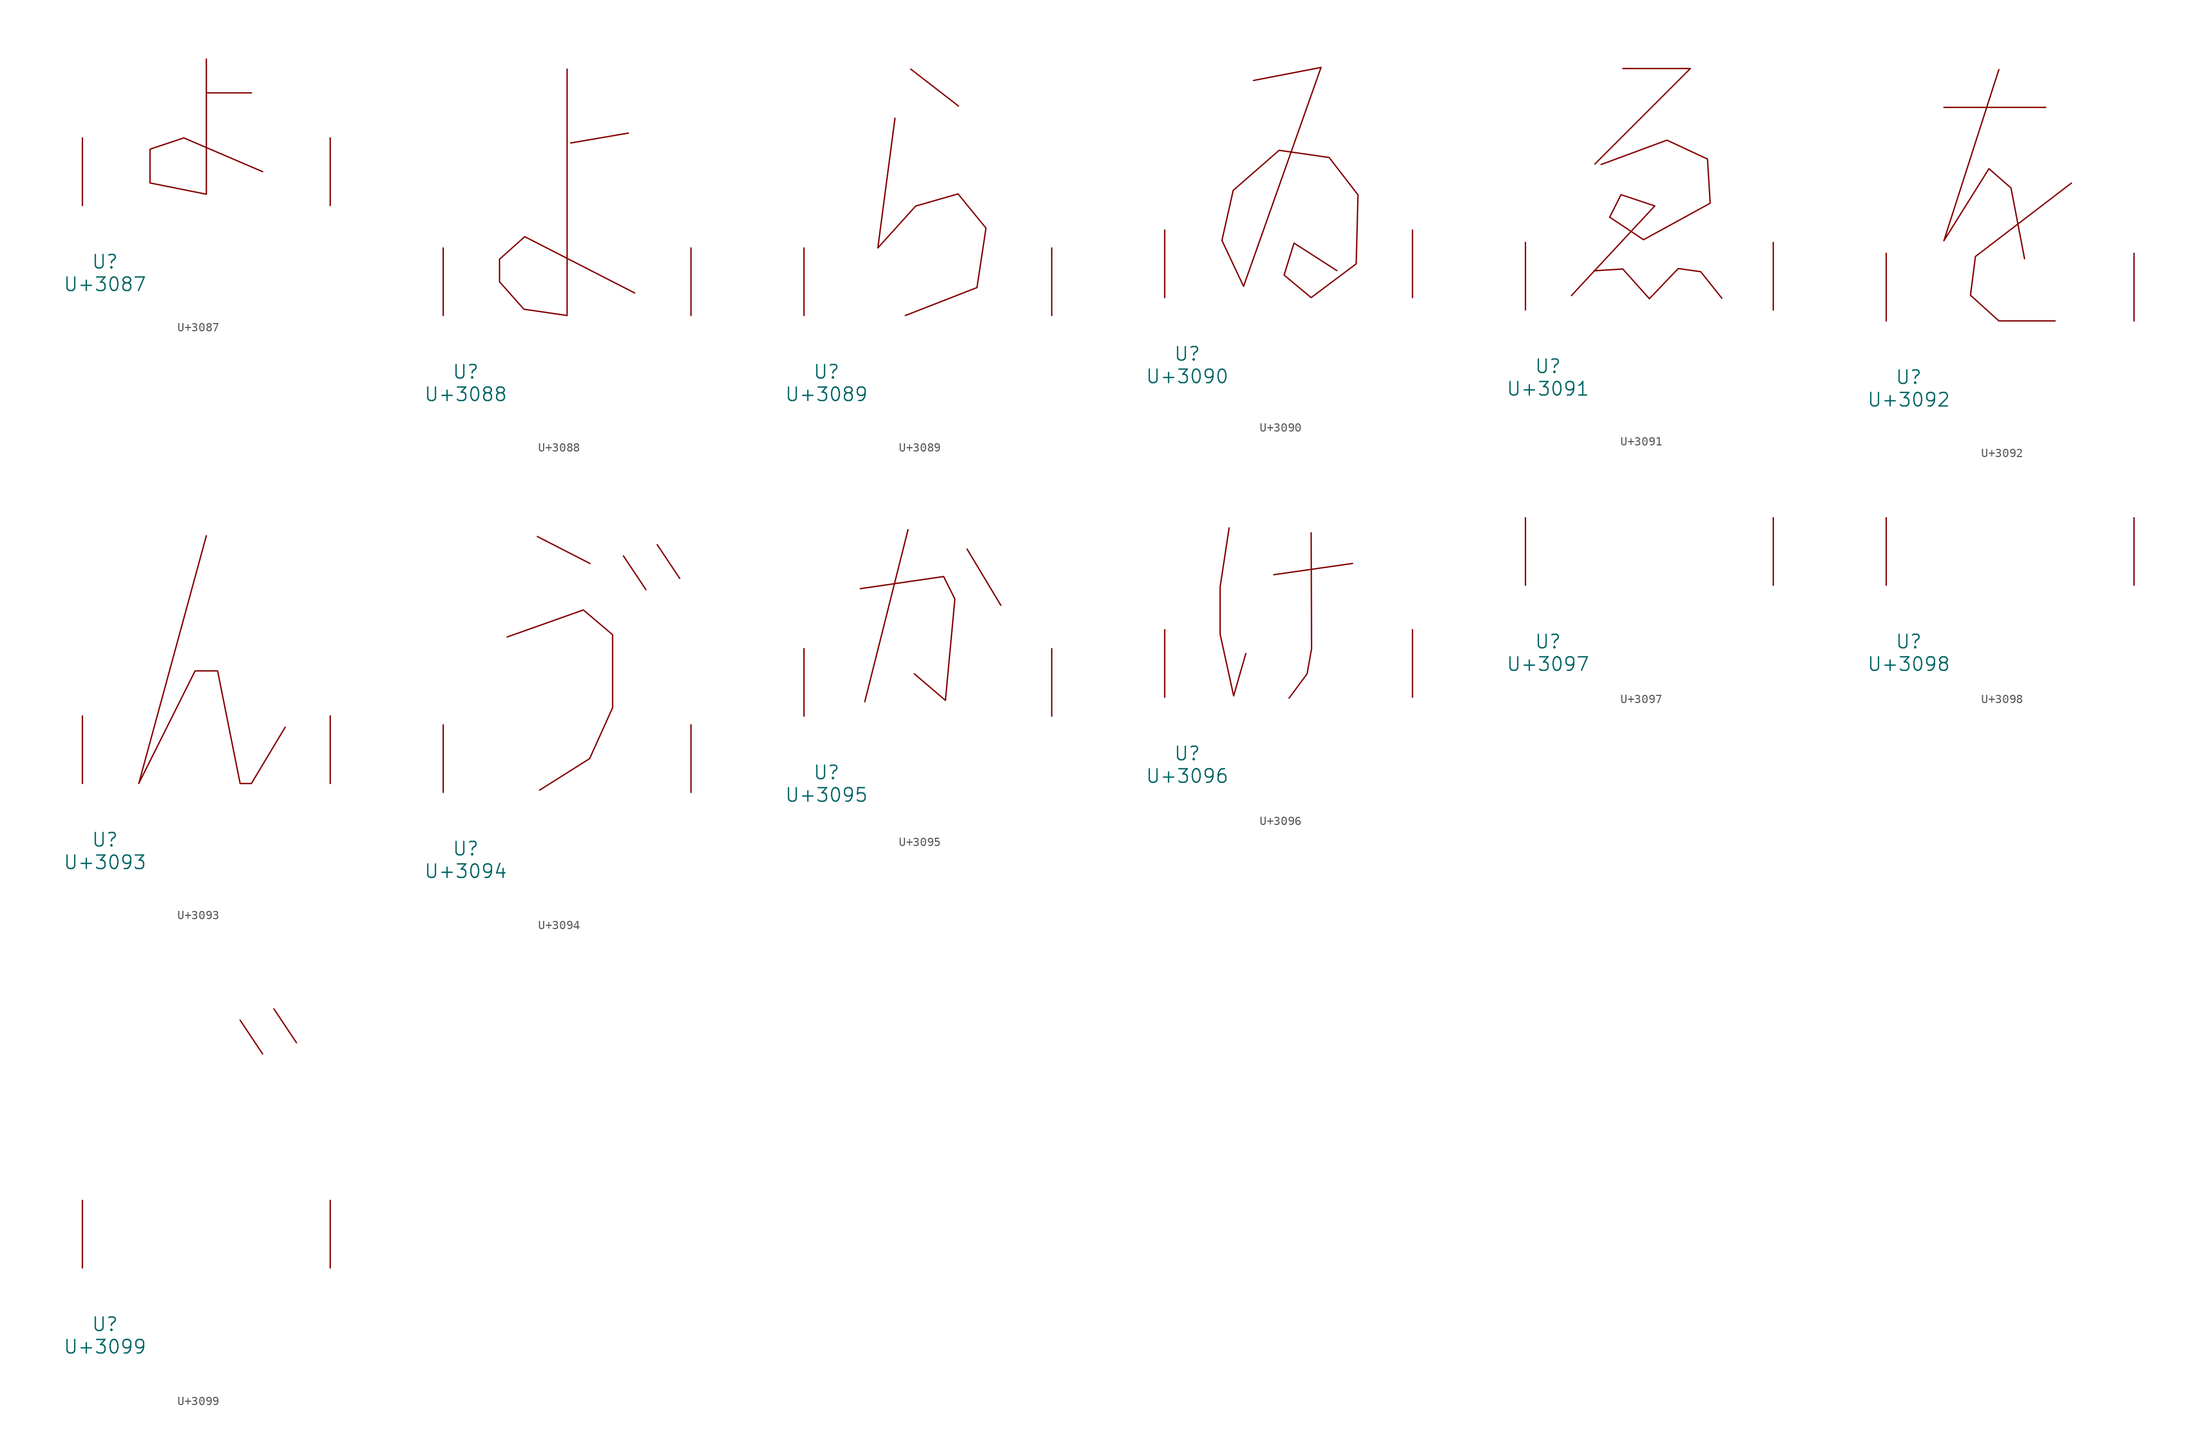
<source format=kicad_sym>
(kicad_symbol_lib
  (version 20231120)
  (generator "kicad_symbol_editor")
  (generator_version "8.0")
  (symbol "U+3087"
    (pin_names
      (offset 1.016))
    (property "Reference" "U"
      (at 0 -6.35 0)
      (effects (font (size 1.524 1.524))))
    (property "Value" "U+3087"
      (at 0 -8.89 0)
      (effects (font (size 1.524 1.524))))
    (symbol "U+3087_0_1"
      (polyline (pts (xy 11.43 12.7) (xy 16.51 12.7)) (stroke (width 0) (type solid)) (fill (type none)))
      (polyline (pts (xy 11.43 16.51) (xy 11.43 1.27) (xy 5.08 2.54) (xy 5.08 6.35) (xy 8.89 7.62) (xy 17.78 3.81)) (stroke (width 0) (type solid)) (fill (type none)))
      (pin input line (at -2.54 0 90) (length 7.62) (name "~" (effects (font (size 1.27 1.27)))) (number "~" (effects (font (size 1.27 1.27)))))
      (pin input line (at 25.4 0 90) (length 7.62) (name "~" (effects (font (size 1.27 1.27)))) (number "~" (effects (font (size 1.27 1.27)))))))
  (symbol "U+3088"
    (pin_names
      (offset 1.016))
    (property "Reference" "U"
      (at 0 -6.35 0)
      (effects (font (size 1.524 1.524))))
    (property "Value" "U+3088"
      (at 0 -8.89 0)
      (effects (font (size 1.524 1.524))))
    (symbol "U+3088_0_1"
      (polyline (pts (xy 11.836 19.456) (xy 18.339 20.574)) (stroke (width 0) (type solid)) (fill (type none)))
      (polyline (pts (xy 11.43 27.788) (xy 11.43 0) (xy 6.553 0.711) (xy 3.81 3.81) (xy 3.81 6.35) (xy 6.655 8.89) (xy 19.05 2.54)) (stroke (width 0) (type solid)) (fill (type none)))
      (pin input line (at -2.54 0 90) (length 7.62) (name "~" (effects (font (size 1.27 1.27)))) (number "~" (effects (font (size 1.27 1.27)))))
      (pin input line (at 25.4 0 90) (length 7.62) (name "~" (effects (font (size 1.27 1.27)))) (number "~" (effects (font (size 1.27 1.27)))))))
  (symbol "U+3089"
    (pin_names
      (offset 1.016))
    (property "Reference" "U"
      (at 0 -6.35 0)
      (effects (font (size 1.524 1.524))))
    (property "Value" "U+3089"
      (at 0 -8.89 0)
      (effects (font (size 1.524 1.524))))
    (symbol "U+3089_0_1"
      (polyline (pts (xy 9.5 27.788) (xy 14.884 23.622)) (stroke (width 0) (type solid)) (fill (type none)))
      (polyline (pts (xy 7.722 22.25) (xy 5.791 7.62) (xy 10.058 12.344) (xy 14.834 13.716) (xy 17.983 9.855) (xy 16.967 3.15) (xy 8.89 0)) (stroke (width 0) (type solid)) (fill (type none)))
      (pin input line (at -2.54 0 90) (length 7.62) (name "~" (effects (font (size 1.27 1.27)))) (number "~" (effects (font (size 1.27 1.27)))))
      (pin input line (at 25.4 0 90) (length 7.62) (name "~" (effects (font (size 1.27 1.27)))) (number "~" (effects (font (size 1.27 1.27)))))))
  (symbol "U+3090"
    (pin_names
      (offset 1.016))
    (property "Reference" "U"
      (at 0 -6.35 0)
      (effects (font (size 1.524 1.524))))
    (property "Value" "U+3090"
      (at 0 -8.89 0)
      (effects (font (size 1.524 1.524))))
    (symbol "U+3090_0_1"
      (polyline (pts (xy 7.468 24.486) (xy 15.088 25.959) (xy 6.35 1.27) (xy 3.912 6.452) (xy 5.182 12.09) (xy 10.363 16.612) (xy 16.002 15.799) (xy 19.253 11.582) (xy 19.05 3.81) (xy 13.97 0) (xy 10.922 2.54) (xy 12.04 6.147) (xy 16.866 3.048)) (stroke (width 0) (type solid)) (fill (type none)))
      (pin input line (at -2.54 0 90) (length 7.62) (name "~" (effects (font (size 1.27 1.27)))) (number "~" (effects (font (size 1.27 1.27)))))
      (pin input line (at 25.4 0 90) (length 7.62) (name "~" (effects (font (size 1.27 1.27)))) (number "~" (effects (font (size 1.27 1.27)))))))
  (symbol "U+3091"
    (pin_names
      (offset 1.016))
    (property "Reference" "U"
      (at 0 -6.35 0)
      (effects (font (size 1.524 1.524))))
    (property "Value" "U+3091"
      (at 0 -8.89 0)
      (effects (font (size 1.524 1.524))))
    (symbol "U+3091_0_1"
      (polyline (pts (xy 5.182 4.42) (xy 8.433 4.623) (xy 11.43 1.27)) (stroke (width 0) (type solid)) (fill (type none)))
      (polyline (pts (xy 8.433 27.229) (xy 16.053 27.229) (xy 5.283 16.459)) (stroke (width 0) (type solid)) (fill (type none)))
      (polyline (pts (xy 11.43 1.27) (xy 14.681 4.674) (xy 17.221 4.318) (xy 19.609 1.321)) (stroke (width 0) (type solid)) (fill (type none)))
      (polyline (pts (xy 5.994 16.408) (xy 13.411 19.152) (xy 17.983 17.018) (xy 18.288 12.04) (xy 10.77 7.925) (xy 6.96 10.465) (xy 8.23 13.005) (xy 12.04 11.735) (xy 2.642 1.626)) (stroke (width 0) (type solid)) (fill (type none)))
      (pin input line (at -2.54 0 90) (length 7.62) (name "~" (effects (font (size 1.27 1.27)))) (number "~" (effects (font (size 1.27 1.27)))))
      (pin input line (at 25.4 0 90) (length 7.62) (name "~" (effects (font (size 1.27 1.27)))) (number "~" (effects (font (size 1.27 1.27)))))))
  (symbol "U+3092"
    (pin_names
      (offset 1.016))
    (property "Reference" "U"
      (at 0 -6.35 0)
      (effects (font (size 1.524 1.524))))
    (property "Value" "U+3092"
      (at 0 -8.89 0)
      (effects (font (size 1.524 1.524))))
    (symbol "U+3092_0_1"
      (polyline (pts (xy 3.962 24.079) (xy 15.443 24.079)) (stroke (width 0) (type solid)) (fill (type none)))
      (polyline (pts (xy 10.16 28.346) (xy 3.962 9.042) (xy 9.042 17.17) (xy 11.532 14.986) (xy 13.056 7.01)) (stroke (width 0) (type solid)) (fill (type none)))
      (polyline (pts (xy 18.339 15.545) (xy 7.518 7.264) (xy 6.96 2.896) (xy 10.16 0) (xy 16.51 0)) (stroke (width 0) (type solid)) (fill (type none)))
      (pin input line (at -2.54 0 90) (length 7.62) (name "~" (effects (font (size 1.27 1.27)))) (number "~" (effects (font (size 1.27 1.27)))))
      (pin input line (at 25.4 0 90) (length 7.62) (name "~" (effects (font (size 1.27 1.27)))) (number "~" (effects (font (size 1.27 1.27)))))))
  (symbol "U+3093"
    (pin_names
      (offset 1.016))
    (property "Reference" "U"
      (at 0 -6.35 0)
      (effects (font (size 1.524 1.524))))
    (property "Value" "U+3093"
      (at 0 -8.89 0)
      (effects (font (size 1.524 1.524))))
    (symbol "U+3093_0_1"
      (polyline (pts (xy 11.43 27.94) (xy 3.81 0) (xy 10.16 12.7) (xy 12.7 12.7) (xy 15.24 0) (xy 16.51 0) (xy 20.32 6.35)) (stroke (width 0) (type solid)) (fill (type none)))
      (pin input line (at -2.54 0 90) (length 7.62) (name "~" (effects (font (size 1.27 1.27)))) (number "~" (effects (font (size 1.27 1.27)))))
      (pin input line (at 25.4 0 90) (length 7.62) (name "~" (effects (font (size 1.27 1.27)))) (number "~" (effects (font (size 1.27 1.27)))))))
  (symbol "U+3094"
    (pin_names
      (offset 1.016))
    (property "Reference" "U"
      (at 0 -6.35 0)
      (effects (font (size 1.524 1.524))))
    (property "Value" "U+3094"
      (at 0 -8.89 0)
      (effects (font (size 1.524 1.524))))
    (symbol "U+3094_0_1"
      (polyline (pts (xy 8.077 28.854) (xy 14.021 25.806)) (stroke (width 0) (type solid)) (fill (type none)))
      (polyline (pts (xy 17.78 26.67) (xy 20.32 22.86)) (stroke (width 0) (type solid)) (fill (type none)))
      (polyline (pts (xy 21.59 27.94) (xy 24.13 24.13)) (stroke (width 0) (type solid)) (fill (type none)))
      (polyline (pts (xy 4.674 17.526) (xy 13.259 20.574) (xy 16.561 17.78) (xy 16.561 9.55) (xy 13.97 3.81) (xy 8.331 0.254)) (stroke (width 0) (type solid)) (fill (type none)))
      (pin input line (at -2.54 0 90) (length 7.62) (name "~" (effects (font (size 1.27 1.27)))) (number "~" (effects (font (size 1.27 1.27)))))
      (pin input line (at 25.4 0 90) (length 7.62) (name "~" (effects (font (size 1.27 1.27)))) (number "~" (effects (font (size 1.27 1.27)))))))
  (symbol "U+3095"
    (pin_names
      (offset 1.016))
    (property "Reference" "U"
      (at 0 -6.35 0)
      (effects (font (size 1.524 1.524))))
    (property "Value" "U+3095"
      (at 0 -8.89 0)
      (effects (font (size 1.524 1.524))))
    (symbol "U+3095_0_1"
      (polyline (pts (xy 9.195 21.031) (xy 4.318 1.626)) (stroke (width 0) (type solid)) (fill (type none)))
      (polyline (pts (xy 15.85 18.847) (xy 19.66 12.497)) (stroke (width 0) (type solid)) (fill (type none)))
      (polyline (pts (xy 3.81 14.376) (xy 13.208 15.748) (xy 14.478 13.208) (xy 13.411 1.778) (xy 9.906 4.775)) (stroke (width 0) (type solid)) (fill (type none)))
      (pin input line (at -2.54 0 90) (length 7.62) (name "~" (effects (font (size 1.27 1.27)))) (number "~" (effects (font (size 1.27 1.27)))))
      (pin input line (at 25.4 0 90) (length 7.62) (name "~" (effects (font (size 1.27 1.27)))) (number "~" (effects (font (size 1.27 1.27)))))))
  (symbol "U+3096"
    (pin_names
      (offset 1.016))
    (property "Reference" "U"
      (at 0 -6.35 0)
      (effects (font (size 1.524 1.524))))
    (property "Value" "U+3096"
      (at 0 -8.89 0)
      (effects (font (size 1.524 1.524))))
    (symbol "U+3096_0_1"
      (polyline (pts (xy 9.754 13.818) (xy 18.644 15.088)) (stroke (width 0) (type solid)) (fill (type none)))
      (polyline (pts (xy 13.97 18.542) (xy 14.021 5.486) (xy 13.513 2.642) (xy 11.481 -0.102)) (stroke (width 0) (type solid)) (fill (type none)))
      (polyline (pts (xy 4.724 19.101) (xy 3.708 12.446) (xy 3.708 7.112) (xy 5.232 0.152) (xy 6.604 4.928)) (stroke (width 0) (type solid)) (fill (type none)))
      (pin input line (at -2.54 0 90) (length 7.62) (name "~" (effects (font (size 1.27 1.27)))) (number "~" (effects (font (size 1.27 1.27)))))
      (pin input line (at 25.4 0 90) (length 7.62) (name "~" (effects (font (size 1.27 1.27)))) (number "~" (effects (font (size 1.27 1.27)))))))
  (symbol "U+3097"
    (pin_names
      (offset 1.016))
    (property "Reference" "U"
      (at 0 -6.35 0)
      (effects (font (size 1.524 1.524))))
    (property "Value" "U+3097"
      (at 0 -8.89 0)
      (effects (font (size 1.524 1.524))))
    (symbol "U+3097_0_1"
      (pin input line (at -2.54 0 90) (length 7.62) (name "~" (effects (font (size 1.27 1.27)))) (number "~" (effects (font (size 1.27 1.27)))))
      (pin input line (at 25.4 0 90) (length 7.62) (name "~" (effects (font (size 1.27 1.27)))) (number "~" (effects (font (size 1.27 1.27)))))))
  (symbol "U+3098"
    (pin_names
      (offset 1.016))
    (property "Reference" "U"
      (at 0 -6.35 0)
      (effects (font (size 1.524 1.524))))
    (property "Value" "U+3098"
      (at 0 -8.89 0)
      (effects (font (size 1.524 1.524))))
    (symbol "U+3098_0_1"
      (pin input line (at -2.54 0 90) (length 7.62) (name "~" (effects (font (size 1.27 1.27)))) (number "~" (effects (font (size 1.27 1.27)))))
      (pin input line (at 25.4 0 90) (length 7.62) (name "~" (effects (font (size 1.27 1.27)))) (number "~" (effects (font (size 1.27 1.27)))))))
  (symbol "U+3099"
    (pin_names
      (offset 1.016))
    (property "Reference" "U"
      (at 0 -6.35 0)
      (effects (font (size 1.524 1.524))))
    (property "Value" "U+3099"
      (at 0 -8.89 0)
      (effects (font (size 1.524 1.524))))
    (symbol "U+3099_0_1"
      (polyline (pts (xy 15.24 27.94) (xy 17.78 24.13)) (stroke (width 0) (type solid)) (fill (type none)))
      (polyline (pts (xy 19.05 29.21) (xy 21.59 25.4)) (stroke (width 0) (type solid)) (fill (type none)))
      (pin input line (at -2.54 0 90) (length 7.62) (name "~" (effects (font (size 1.27 1.27)))) (number "~" (effects (font (size 1.27 1.27)))))
      (pin input line (at 25.4 0 90) (length 7.62) (name "~" (effects (font (size 1.27 1.27)))) (number "~" (effects (font (size 1.27 1.27))))))))
</source>
